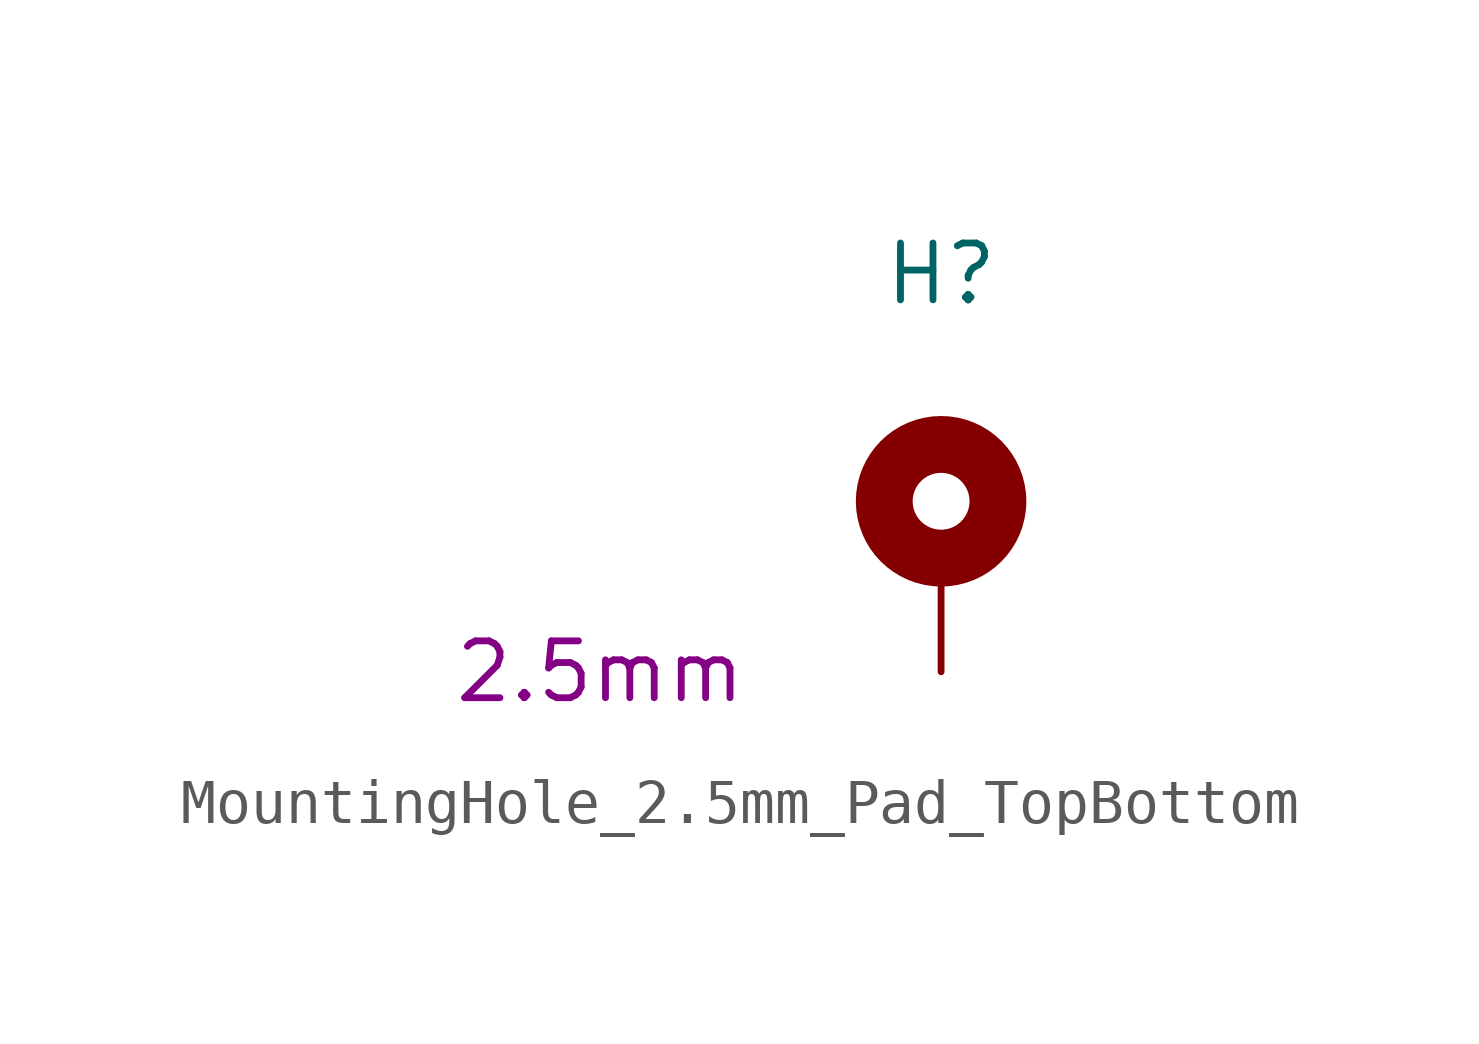
<source format=kicad_sym>
(kicad_symbol_lib
  (version 20211014)
  (generator kicad_symbol_editor)
  (symbol "MountingHole_2.5mm_Pad_TopBottom"
    (pin_numbers hide)
    (pin_names
      (offset 1.016) hide)
    (property "Reference" "H"
      (at 0 6.35 0)
      (effects (font (size 1.27 1.27))))
    (property "PartValue" "2.5mm"
      (at -7.62 -2.54 0)
      (effects (font (size 1.27 1.27))))
    (symbol "MountingHole_2.5mm_Pad_TopBottom_0_1"
      (circle (center 0 1.27) (radius 1.27) (stroke (width 1.27) (type default) (color 0 0 0 0)) (fill (type none))))
    (symbol "MountingHole_2.5mm_Pad_TopBottom_1_1"
      (pin input line (at 0 -2.54 90) (length 2.54) (name "1" (effects (font (size 1.27 1.27)))) (number "1" (effects (font (size 1.27 1.27))))))))
</source>
